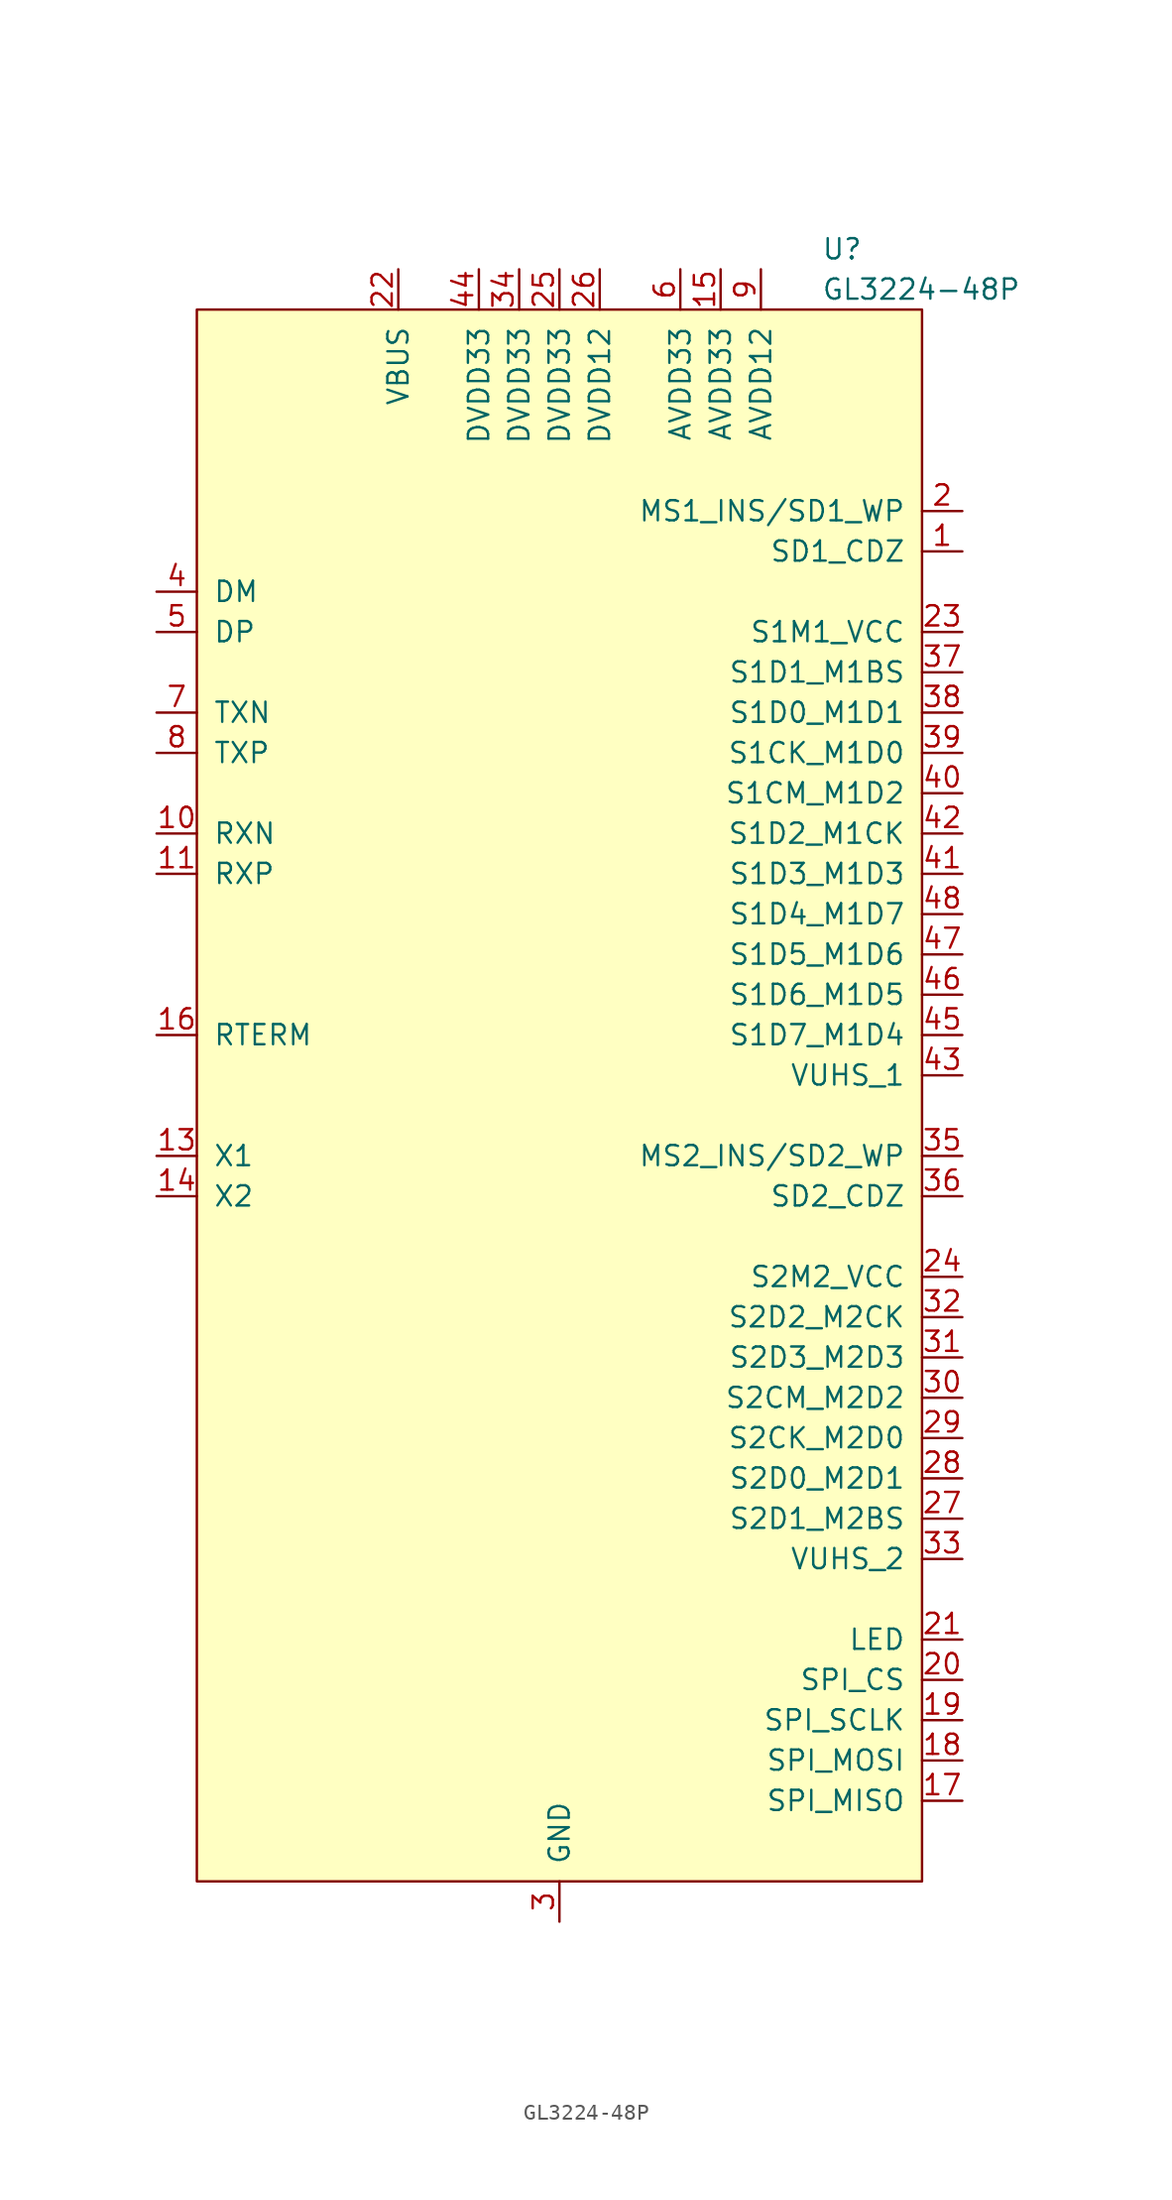
<source format=kicad_sym>
(kicad_symbol_lib
  (version 20241209)
  (generator "kicad_symbol_editor")
  (generator_version "9.0")
  (symbol "GL3224-48P"
    (pin_names
      (offset 1.016))
    (property "Reference" "U"
      (at 16.51 52.07 0)
      (effects (font (size 1.27 1.27)) (justify left)))
    (property "Value" "GL3224-48P"
      (at 16.51 49.53 0)
      (effects (font (size 1.27 1.27)) (justify left)))
    (symbol "GL3224-48P_0_1"
      (rectangle (start -22.86 48.26) (end 22.86 -50.8) (stroke (width 0) (type default)) (fill (type background))))
    (symbol "GL3224-48P_1_1"
      (pin bidirectional line (at -25.4 30.48 0) (length 2.54) (name "DM" (effects (font (size 1.27 1.27)))) (number "4" (effects (font (size 1.27 1.27)))))
      (pin bidirectional line (at -25.4 27.94 0) (length 2.54) (name "DP" (effects (font (size 1.27 1.27)))) (number "5" (effects (font (size 1.27 1.27)))))
      (pin bidirectional line (at -25.4 22.86 0) (length 2.54) (name "TXN" (effects (font (size 1.27 1.27)))) (number "7" (effects (font (size 1.27 1.27)))))
      (pin bidirectional line (at -25.4 20.32 0) (length 2.54) (name "TXP" (effects (font (size 1.27 1.27)))) (number "8" (effects (font (size 1.27 1.27)))))
      (pin bidirectional line (at -25.4 15.24 0) (length 2.54) (name "RXN" (effects (font (size 1.27 1.27)))) (number "10" (effects (font (size 1.27 1.27)))))
      (pin bidirectional line (at -25.4 12.7 0) (length 2.54) (name "RXP" (effects (font (size 1.27 1.27)))) (number "11" (effects (font (size 1.27 1.27)))))
      (pin input line (at -25.4 2.54 0) (length 2.54) (name "RTERM" (effects (font (size 1.27 1.27)))) (number "16" (effects (font (size 1.27 1.27)))))
      (pin input line (at -25.4 -5.08 0) (length 2.54) (name "X1" (effects (font (size 1.27 1.27)))) (number "13" (effects (font (size 1.27 1.27)))))
      (pin output line (at -25.4 -7.62 0) (length 2.54) (name "X2" (effects (font (size 1.27 1.27)))) (number "14" (effects (font (size 1.27 1.27)))))
      (pin power_in line (at -10.16 50.8 270) (length 2.54) (name "VBUS" (effects (font (size 1.27 1.27)))) (number "22" (effects (font (size 1.27 1.27)))))
      (pin power_in line (at -5.08 50.8 270) (length 2.54) (name "DVDD33" (effects (font (size 1.27 1.27)))) (number "44" (effects (font (size 1.27 1.27)))))
      (pin power_in line (at -2.54 50.8 270) (length 2.54) (name "DVDD33" (effects (font (size 1.27 1.27)))) (number "34" (effects (font (size 1.27 1.27)))))
      (pin power_in line (at 0 50.8 270) (length 2.54) (name "DVDD33" (effects (font (size 1.27 1.27)))) (number "25" (effects (font (size 1.27 1.27)))))
      (pin power_in line (at 0 -53.34 90) (length 2.54) (hide yes) (name "GND" (effects (font (size 1.27 1.27)))) (number "12" (effects (font (size 1.27 1.27)))))
      (pin power_in line (at 0 -53.34 90) (length 2.54) (name "GND" (effects (font (size 1.27 1.27)))) (number "3" (effects (font (size 1.27 1.27)))))
      (pin power_in line (at 2.54 50.8 270) (length 2.54) (name "DVDD12" (effects (font (size 1.27 1.27)))) (number "26" (effects (font (size 1.27 1.27)))))
      (pin power_in line (at 7.62 50.8 270) (length 2.54) (name "AVDD33" (effects (font (size 1.27 1.27)))) (number "6" (effects (font (size 1.27 1.27)))))
      (pin power_in line (at 10.16 50.8 270) (length 2.54) (name "AVDD33" (effects (font (size 1.27 1.27)))) (number "15" (effects (font (size 1.27 1.27)))))
      (pin power_in line (at 12.7 50.8 270) (length 2.54) (name "AVDD12" (effects (font (size 1.27 1.27)))) (number "9" (effects (font (size 1.27 1.27)))))
      (pin input line (at 25.4 35.56 180) (length 2.54) (name "MS1_INS/SD1_WP" (effects (font (size 1.27 1.27)))) (number "2" (effects (font (size 1.27 1.27)))))
      (pin input line (at 25.4 33.02 180) (length 2.54) (name "SD1_CDZ" (effects (font (size 1.27 1.27)))) (number "1" (effects (font (size 1.27 1.27)))))
      (pin power_out line (at 25.4 27.94 180) (length 2.54) (name "S1M1_VCC" (effects (font (size 1.27 1.27)))) (number "23" (effects (font (size 1.27 1.27)))))
      (pin bidirectional line (at 25.4 25.4 180) (length 2.54) (name "S1D1_M1BS" (effects (font (size 1.27 1.27)))) (number "37" (effects (font (size 1.27 1.27)))))
      (pin bidirectional line (at 25.4 22.86 180) (length 2.54) (name "S1D0_M1D1" (effects (font (size 1.27 1.27)))) (number "38" (effects (font (size 1.27 1.27)))))
      (pin bidirectional line (at 25.4 20.32 180) (length 2.54) (name "S1CK_M1D0" (effects (font (size 1.27 1.27)))) (number "39" (effects (font (size 1.27 1.27)))))
      (pin bidirectional line (at 25.4 17.78 180) (length 2.54) (name "S1CM_M1D2" (effects (font (size 1.27 1.27)))) (number "40" (effects (font (size 1.27 1.27)))))
      (pin bidirectional line (at 25.4 15.24 180) (length 2.54) (name "S1D2_M1CK" (effects (font (size 1.27 1.27)))) (number "42" (effects (font (size 1.27 1.27)))))
      (pin bidirectional line (at 25.4 12.7 180) (length 2.54) (name "S1D3_M1D3" (effects (font (size 1.27 1.27)))) (number "41" (effects (font (size 1.27 1.27)))))
      (pin bidirectional line (at 25.4 10.16 180) (length 2.54) (name "S1D4_M1D7" (effects (font (size 1.27 1.27)))) (number "48" (effects (font (size 1.27 1.27)))))
      (pin bidirectional line (at 25.4 7.62 180) (length 2.54) (name "S1D5_M1D6" (effects (font (size 1.27 1.27)))) (number "47" (effects (font (size 1.27 1.27)))))
      (pin bidirectional line (at 25.4 5.08 180) (length 2.54) (name "S1D6_M1D5" (effects (font (size 1.27 1.27)))) (number "46" (effects (font (size 1.27 1.27)))))
      (pin bidirectional line (at 25.4 2.54 180) (length 2.54) (name "S1D7_M1D4" (effects (font (size 1.27 1.27)))) (number "45" (effects (font (size 1.27 1.27)))))
      (pin power_out line (at 25.4 0 180) (length 2.54) (name "VUHS_1" (effects (font (size 1.27 1.27)))) (number "43" (effects (font (size 1.27 1.27)))))
      (pin input line (at 25.4 -5.08 180) (length 2.54) (name "MS2_INS/SD2_WP" (effects (font (size 1.27 1.27)))) (number "35" (effects (font (size 1.27 1.27)))))
      (pin input line (at 25.4 -7.62 180) (length 2.54) (name "SD2_CDZ" (effects (font (size 1.27 1.27)))) (number "36" (effects (font (size 1.27 1.27)))))
      (pin power_out line (at 25.4 -12.7 180) (length 2.54) (name "S2M2_VCC" (effects (font (size 1.27 1.27)))) (number "24" (effects (font (size 1.27 1.27)))))
      (pin bidirectional line (at 25.4 -15.24 180) (length 2.54) (name "S2D2_M2CK" (effects (font (size 1.27 1.27)))) (number "32" (effects (font (size 1.27 1.27)))))
      (pin bidirectional line (at 25.4 -17.78 180) (length 2.54) (name "S2D3_M2D3" (effects (font (size 1.27 1.27)))) (number "31" (effects (font (size 1.27 1.27)))))
      (pin bidirectional line (at 25.4 -20.32 180) (length 2.54) (name "S2CM_M2D2" (effects (font (size 1.27 1.27)))) (number "30" (effects (font (size 1.27 1.27)))))
      (pin bidirectional line (at 25.4 -22.86 180) (length 2.54) (name "S2CK_M2D0" (effects (font (size 1.27 1.27)))) (number "29" (effects (font (size 1.27 1.27)))))
      (pin bidirectional line (at 25.4 -25.4 180) (length 2.54) (name "S2D0_M2D1" (effects (font (size 1.27 1.27)))) (number "28" (effects (font (size 1.27 1.27)))))
      (pin bidirectional line (at 25.4 -27.94 180) (length 2.54) (name "S2D1_M2BS" (effects (font (size 1.27 1.27)))) (number "27" (effects (font (size 1.27 1.27)))))
      (pin power_out line (at 25.4 -30.48 180) (length 2.54) (name "VUHS_2" (effects (font (size 1.27 1.27)))) (number "33" (effects (font (size 1.27 1.27)))))
      (pin output line (at 25.4 -35.56 180) (length 2.54) (name "LED" (effects (font (size 1.27 1.27)))) (number "21" (effects (font (size 1.27 1.27)))))
      (pin output line (at 25.4 -38.1 180) (length 2.54) (name "SPI_CS" (effects (font (size 1.27 1.27)))) (number "20" (effects (font (size 1.27 1.27)))))
      (pin output line (at 25.4 -40.64 180) (length 2.54) (name "SPI_SCLK" (effects (font (size 1.27 1.27)))) (number "19" (effects (font (size 1.27 1.27)))))
      (pin output line (at 25.4 -43.18 180) (length 2.54) (name "SPI_MOSI" (effects (font (size 1.27 1.27)))) (number "18" (effects (font (size 1.27 1.27)))))
      (pin input line (at 25.4 -45.72 180) (length 2.54) (name "SPI_MISO" (effects (font (size 1.27 1.27)))) (number "17" (effects (font (size 1.27 1.27))))))))
</source>
